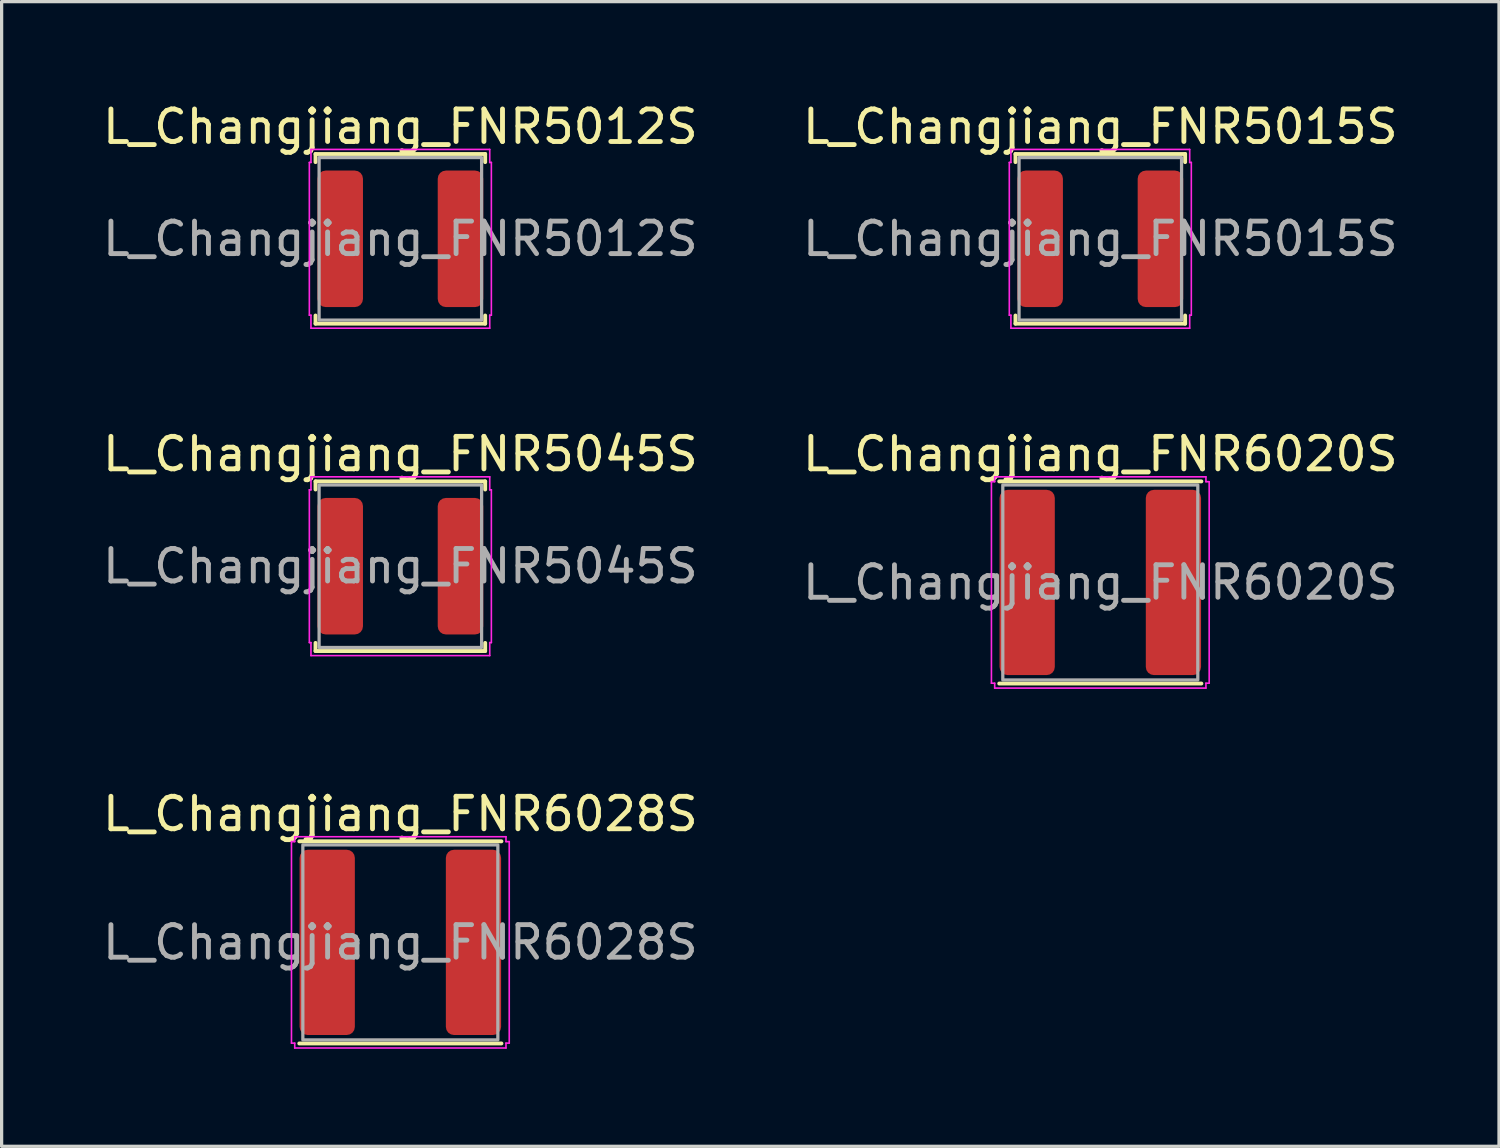
<source format=kicad_pcb>
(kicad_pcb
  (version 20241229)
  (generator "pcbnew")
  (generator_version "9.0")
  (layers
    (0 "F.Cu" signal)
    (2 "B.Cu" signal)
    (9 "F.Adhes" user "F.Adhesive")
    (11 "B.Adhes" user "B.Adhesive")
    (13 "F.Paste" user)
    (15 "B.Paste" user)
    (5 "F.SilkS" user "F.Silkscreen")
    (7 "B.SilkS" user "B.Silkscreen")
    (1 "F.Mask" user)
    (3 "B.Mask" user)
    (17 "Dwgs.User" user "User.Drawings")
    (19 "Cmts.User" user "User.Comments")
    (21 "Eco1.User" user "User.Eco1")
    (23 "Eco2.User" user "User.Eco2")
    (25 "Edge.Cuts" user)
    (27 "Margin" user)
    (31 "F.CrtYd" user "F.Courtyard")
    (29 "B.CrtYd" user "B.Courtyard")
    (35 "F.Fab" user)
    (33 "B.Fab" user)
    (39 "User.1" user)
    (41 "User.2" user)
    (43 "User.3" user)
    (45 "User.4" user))
  (footprint "L_Changjiang_FNR5045S"
    (layer "F.Cu")
    (at 9.268 14.371)
    (property "Reference" "L_Changjiang_FNR5045S" (at 0 -3.45 0) (layer "F.SilkS") (effects (font (size 1 1) (thickness 0.15))))
    (attr smd)
    (fp_line (start -2.61 -2.61) (end 2.61 -2.61) (stroke (width 0.12) (type solid)) (layer "F.SilkS"))
    (fp_line (start -2.61 -2.36) (end -2.61 -2.61) (stroke (width 0.12) (type solid)) (layer "F.SilkS"))
    (fp_line (start -2.61 2.61) (end -2.61 2.36) (stroke (width 0.12) (type solid)) (layer "F.SilkS"))
    (fp_line (start 2.61 -2.61) (end 2.61 -2.36) (stroke (width 0.12) (type solid)) (layer "F.SilkS"))
    (fp_line (start 2.61 2.36) (end 2.61 2.61) (stroke (width 0.12) (type solid)) (layer "F.SilkS"))
    (fp_line (start 2.61 2.61) (end -2.61 2.61) (stroke (width 0.12) (type solid)) (layer "F.SilkS"))
    (fp_line (start -2.8 -2.35) (end -2.75 -2.35) (stroke (width 0.05) (type solid)) (layer "F.CrtYd"))
    (fp_line (start -2.8 2.35) (end -2.8 -2.35) (stroke (width 0.05) (type solid)) (layer "F.CrtYd"))
    (fp_line (start -2.75 -2.75) (end 2.75 -2.75) (stroke (width 0.05) (type solid)) (layer "F.CrtYd"))
    (fp_line (start -2.75 -2.35) (end -2.75 -2.75) (stroke (width 0.05) (type solid)) (layer "F.CrtYd"))
    (fp_line (start -2.75 2.35) (end -2.8 2.35) (stroke (width 0.05) (type solid)) (layer "F.CrtYd"))
    (fp_line (start -2.75 2.75) (end -2.75 2.35) (stroke (width 0.05) (type solid)) (layer "F.CrtYd"))
    (fp_line (start 2.75 -2.75) (end 2.75 -2.35) (stroke (width 0.05) (type solid)) (layer "F.CrtYd"))
    (fp_line (start 2.75 -2.35) (end 2.8 -2.35) (stroke (width 0.05) (type solid)) (layer "F.CrtYd"))
    (fp_line (start 2.75 2.35) (end 2.75 2.75) (stroke (width 0.05) (type solid)) (layer "F.CrtYd"))
    (fp_line (start 2.75 2.75) (end -2.75 2.75) (stroke (width 0.05) (type solid)) (layer "F.CrtYd"))
    (fp_line (start 2.8 -2.35) (end 2.8 2.35) (stroke (width 0.05) (type solid)) (layer "F.CrtYd"))
    (fp_line (start 2.8 2.35) (end 2.75 2.35) (stroke (width 0.05) (type solid)) (layer "F.CrtYd"))
    (fp_rect (start -2.5 -2.5) (end 2.5 2.5) (stroke (width 0.1) (type solid)) (fill no) (layer "F.Fab"))
    (fp_text user "${REFERENCE}" (at 0 0 0) (layer "F.Fab") (effects (font (size 1 1) (thickness 0.15))))
    (pad "1" smd roundrect (at -1.85 0) (size 1.4 4.2) (layers "F.Cu" "F.Mask" "F.Paste") (roundrect_rratio 0.179))
    (pad "2" smd roundrect (at 1.85 0) (size 1.4 4.2) (layers "F.Cu" "F.Mask" "F.Paste") (roundrect_rratio 0.179)))
  (footprint "L_Changjiang_FNR5015S"
    (layer "F.Cu")
    (at 30.804 4.298)
    (property "Reference" "L_Changjiang_FNR5015S" (at 0 -3.45 0) (layer "F.SilkS") (effects (font (size 1 1) (thickness 0.15))))
    (attr smd)
    (fp_line (start -2.61 -2.61) (end 2.61 -2.61) (stroke (width 0.12) (type solid)) (layer "F.SilkS"))
    (fp_line (start -2.61 -2.36) (end -2.61 -2.61) (stroke (width 0.12) (type solid)) (layer "F.SilkS"))
    (fp_line (start -2.61 2.61) (end -2.61 2.36) (stroke (width 0.12) (type solid)) (layer "F.SilkS"))
    (fp_line (start 2.61 -2.61) (end 2.61 -2.36) (stroke (width 0.12) (type solid)) (layer "F.SilkS"))
    (fp_line (start 2.61 2.36) (end 2.61 2.61) (stroke (width 0.12) (type solid)) (layer "F.SilkS"))
    (fp_line (start 2.61 2.61) (end -2.61 2.61) (stroke (width 0.12) (type solid)) (layer "F.SilkS"))
    (fp_line (start -2.8 -2.35) (end -2.75 -2.35) (stroke (width 0.05) (type solid)) (layer "F.CrtYd"))
    (fp_line (start -2.8 2.35) (end -2.8 -2.35) (stroke (width 0.05) (type solid)) (layer "F.CrtYd"))
    (fp_line (start -2.75 -2.75) (end 2.75 -2.75) (stroke (width 0.05) (type solid)) (layer "F.CrtYd"))
    (fp_line (start -2.75 -2.35) (end -2.75 -2.75) (stroke (width 0.05) (type solid)) (layer "F.CrtYd"))
    (fp_line (start -2.75 2.35) (end -2.8 2.35) (stroke (width 0.05) (type solid)) (layer "F.CrtYd"))
    (fp_line (start -2.75 2.75) (end -2.75 2.35) (stroke (width 0.05) (type solid)) (layer "F.CrtYd"))
    (fp_line (start 2.75 -2.75) (end 2.75 -2.35) (stroke (width 0.05) (type solid)) (layer "F.CrtYd"))
    (fp_line (start 2.75 -2.35) (end 2.8 -2.35) (stroke (width 0.05) (type solid)) (layer "F.CrtYd"))
    (fp_line (start 2.75 2.35) (end 2.75 2.75) (stroke (width 0.05) (type solid)) (layer "F.CrtYd"))
    (fp_line (start 2.75 2.75) (end -2.75 2.75) (stroke (width 0.05) (type solid)) (layer "F.CrtYd"))
    (fp_line (start 2.8 -2.35) (end 2.8 2.35) (stroke (width 0.05) (type solid)) (layer "F.CrtYd"))
    (fp_line (start 2.8 2.35) (end 2.75 2.35) (stroke (width 0.05) (type solid)) (layer "F.CrtYd"))
    (fp_rect (start -2.5 -2.5) (end 2.5 2.5) (stroke (width 0.1) (type solid)) (fill no) (layer "F.Fab"))
    (fp_text user "${REFERENCE}" (at 0 0 0) (layer "F.Fab") (effects (font (size 1 1) (thickness 0.15))))
    (pad "1" smd roundrect (at -1.85 0) (size 1.4 4.2) (layers "F.Cu" "F.Mask" "F.Paste") (roundrect_rratio 0.179))
    (pad "2" smd roundrect (at 1.85 0) (size 1.4 4.2) (layers "F.Cu" "F.Mask" "F.Paste") (roundrect_rratio 0.179)))
  (footprint "L_Changjiang_FNR6020S"
    (layer "F.Cu")
    (at 30.804 14.871)
    (property "Reference" "L_Changjiang_FNR6020S" (at 0 -3.95 0) (layer "F.SilkS") (effects (font (size 1 1) (thickness 0.15))))
    (attr smd)
    (fp_line (start -3.11 -3.11) (end 3.11 -3.11) (stroke (width 0.12) (type solid)) (layer "F.SilkS"))
    (fp_line (start 3.11 3.11) (end -3.11 3.11) (stroke (width 0.12) (type solid)) (layer "F.SilkS"))
    (fp_line (start -3.35 -3.1) (end -3.25 -3.1) (stroke (width 0.05) (type solid)) (layer "F.CrtYd"))
    (fp_line (start -3.35 3.1) (end -3.35 -3.1) (stroke (width 0.05) (type solid)) (layer "F.CrtYd"))
    (fp_line (start -3.25 -3.25) (end 3.25 -3.25) (stroke (width 0.05) (type solid)) (layer "F.CrtYd"))
    (fp_line (start -3.25 -3.1) (end -3.25 -3.25) (stroke (width 0.05) (type solid)) (layer "F.CrtYd"))
    (fp_line (start -3.25 3.1) (end -3.35 3.1) (stroke (width 0.05) (type solid)) (layer "F.CrtYd"))
    (fp_line (start -3.25 3.25) (end -3.25 3.1) (stroke (width 0.05) (type solid)) (layer "F.CrtYd"))
    (fp_line (start 3.25 -3.25) (end 3.25 -3.1) (stroke (width 0.05) (type solid)) (layer "F.CrtYd"))
    (fp_line (start 3.25 -3.1) (end 3.35 -3.1) (stroke (width 0.05) (type solid)) (layer "F.CrtYd"))
    (fp_line (start 3.25 3.1) (end 3.25 3.25) (stroke (width 0.05) (type solid)) (layer "F.CrtYd"))
    (fp_line (start 3.25 3.25) (end -3.25 3.25) (stroke (width 0.05) (type solid)) (layer "F.CrtYd"))
    (fp_line (start 3.35 -3.1) (end 3.35 3.1) (stroke (width 0.05) (type solid)) (layer "F.CrtYd"))
    (fp_line (start 3.35 3.1) (end 3.25 3.1) (stroke (width 0.05) (type solid)) (layer "F.CrtYd"))
    (fp_rect (start -3 -3) (end 3 3) (stroke (width 0.1) (type solid)) (fill no) (layer "F.Fab"))
    (fp_text user "${REFERENCE}" (at 0 0 0) (layer "F.Fab") (effects (font (size 1 1) (thickness 0.15))))
    (pad "1" smd roundrect (at -2.25 0) (size 1.7 5.7) (layers "F.Cu" "F.Mask" "F.Paste") (roundrect_rratio 0.147))
    (pad "2" smd roundrect (at 2.25 0) (size 1.7 5.7) (layers "F.Cu" "F.Mask" "F.Paste") (roundrect_rratio 0.147)))
  (footprint "L_Changjiang_FNR6028S"
    (layer "F.Cu")
    (at 9.268 25.945)
    (property "Reference" "L_Changjiang_FNR6028S" (at 0 -3.95 0) (layer "F.SilkS") (effects (font (size 1 1) (thickness 0.15))))
    (attr smd)
    (fp_line (start -3.11 -3.11) (end 3.11 -3.11) (stroke (width 0.12) (type solid)) (layer "F.SilkS"))
    (fp_line (start 3.11 3.11) (end -3.11 3.11) (stroke (width 0.12) (type solid)) (layer "F.SilkS"))
    (fp_line (start -3.35 -3.1) (end -3.25 -3.1) (stroke (width 0.05) (type solid)) (layer "F.CrtYd"))
    (fp_line (start -3.35 3.1) (end -3.35 -3.1) (stroke (width 0.05) (type solid)) (layer "F.CrtYd"))
    (fp_line (start -3.25 -3.25) (end 3.25 -3.25) (stroke (width 0.05) (type solid)) (layer "F.CrtYd"))
    (fp_line (start -3.25 -3.1) (end -3.25 -3.25) (stroke (width 0.05) (type solid)) (layer "F.CrtYd"))
    (fp_line (start -3.25 3.1) (end -3.35 3.1) (stroke (width 0.05) (type solid)) (layer "F.CrtYd"))
    (fp_line (start -3.25 3.25) (end -3.25 3.1) (stroke (width 0.05) (type solid)) (layer "F.CrtYd"))
    (fp_line (start 3.25 -3.25) (end 3.25 -3.1) (stroke (width 0.05) (type solid)) (layer "F.CrtYd"))
    (fp_line (start 3.25 -3.1) (end 3.35 -3.1) (stroke (width 0.05) (type solid)) (layer "F.CrtYd"))
    (fp_line (start 3.25 3.1) (end 3.25 3.25) (stroke (width 0.05) (type solid)) (layer "F.CrtYd"))
    (fp_line (start 3.25 3.25) (end -3.25 3.25) (stroke (width 0.05) (type solid)) (layer "F.CrtYd"))
    (fp_line (start 3.35 -3.1) (end 3.35 3.1) (stroke (width 0.05) (type solid)) (layer "F.CrtYd"))
    (fp_line (start 3.35 3.1) (end 3.25 3.1) (stroke (width 0.05) (type solid)) (layer "F.CrtYd"))
    (fp_rect (start -3 -3) (end 3 3) (stroke (width 0.1) (type solid)) (fill no) (layer "F.Fab"))
    (fp_text user "${REFERENCE}" (at 0 0 0) (layer "F.Fab") (effects (font (size 1 1) (thickness 0.15))))
    (pad "1" smd roundrect (at -2.25 0) (size 1.7 5.7) (layers "F.Cu" "F.Mask" "F.Paste") (roundrect_rratio 0.147))
    (pad "2" smd roundrect (at 2.25 0) (size 1.7 5.7) (layers "F.Cu" "F.Mask" "F.Paste") (roundrect_rratio 0.147)))
  (footprint "L_Changjiang_FNR5012S"
    (layer "F.Cu")
    (at 9.268 4.298)
    (property "Reference" "L_Changjiang_FNR5012S" (at 0 -3.45 0) (layer "F.SilkS") (effects (font (size 1 1) (thickness 0.15))))
    (attr smd)
    (fp_line (start -2.61 -2.61) (end 2.61 -2.61) (stroke (width 0.12) (type solid)) (layer "F.SilkS"))
    (fp_line (start -2.61 -2.36) (end -2.61 -2.61) (stroke (width 0.12) (type solid)) (layer "F.SilkS"))
    (fp_line (start -2.61 2.61) (end -2.61 2.36) (stroke (width 0.12) (type solid)) (layer "F.SilkS"))
    (fp_line (start 2.61 -2.61) (end 2.61 -2.36) (stroke (width 0.12) (type solid)) (layer "F.SilkS"))
    (fp_line (start 2.61 2.36) (end 2.61 2.61) (stroke (width 0.12) (type solid)) (layer "F.SilkS"))
    (fp_line (start 2.61 2.61) (end -2.61 2.61) (stroke (width 0.12) (type solid)) (layer "F.SilkS"))
    (fp_line (start -2.8 -2.35) (end -2.75 -2.35) (stroke (width 0.05) (type solid)) (layer "F.CrtYd"))
    (fp_line (start -2.8 2.35) (end -2.8 -2.35) (stroke (width 0.05) (type solid)) (layer "F.CrtYd"))
    (fp_line (start -2.75 -2.75) (end 2.75 -2.75) (stroke (width 0.05) (type solid)) (layer "F.CrtYd"))
    (fp_line (start -2.75 -2.35) (end -2.75 -2.75) (stroke (width 0.05) (type solid)) (layer "F.CrtYd"))
    (fp_line (start -2.75 2.35) (end -2.8 2.35) (stroke (width 0.05) (type solid)) (layer "F.CrtYd"))
    (fp_line (start -2.75 2.75) (end -2.75 2.35) (stroke (width 0.05) (type solid)) (layer "F.CrtYd"))
    (fp_line (start 2.75 -2.75) (end 2.75 -2.35) (stroke (width 0.05) (type solid)) (layer "F.CrtYd"))
    (fp_line (start 2.75 -2.35) (end 2.8 -2.35) (stroke (width 0.05) (type solid)) (layer "F.CrtYd"))
    (fp_line (start 2.75 2.35) (end 2.75 2.75) (stroke (width 0.05) (type solid)) (layer "F.CrtYd"))
    (fp_line (start 2.75 2.75) (end -2.75 2.75) (stroke (width 0.05) (type solid)) (layer "F.CrtYd"))
    (fp_line (start 2.8 -2.35) (end 2.8 2.35) (stroke (width 0.05) (type solid)) (layer "F.CrtYd"))
    (fp_line (start 2.8 2.35) (end 2.75 2.35) (stroke (width 0.05) (type solid)) (layer "F.CrtYd"))
    (fp_rect (start -2.5 -2.5) (end 2.5 2.5) (stroke (width 0.1) (type solid)) (fill no) (layer "F.Fab"))
    (fp_text user "${REFERENCE}" (at 0 0 0) (layer "F.Fab") (effects (font (size 1 1) (thickness 0.15))))
    (pad "1" smd roundrect (at -1.85 0) (size 1.4 4.2) (layers "F.Cu" "F.Mask" "F.Paste") (roundrect_rratio 0.179))
    (pad "2" smd roundrect (at 1.85 0) (size 1.4 4.2) (layers "F.Cu" "F.Mask" "F.Paste") (roundrect_rratio 0.179)))
  (gr_rect
    (start -3 -3)
    (end 43.071 32.22)
    (stroke (width 0.1) (type default))
    (fill no)
    (layer "Edge.Cuts")))
</source>
